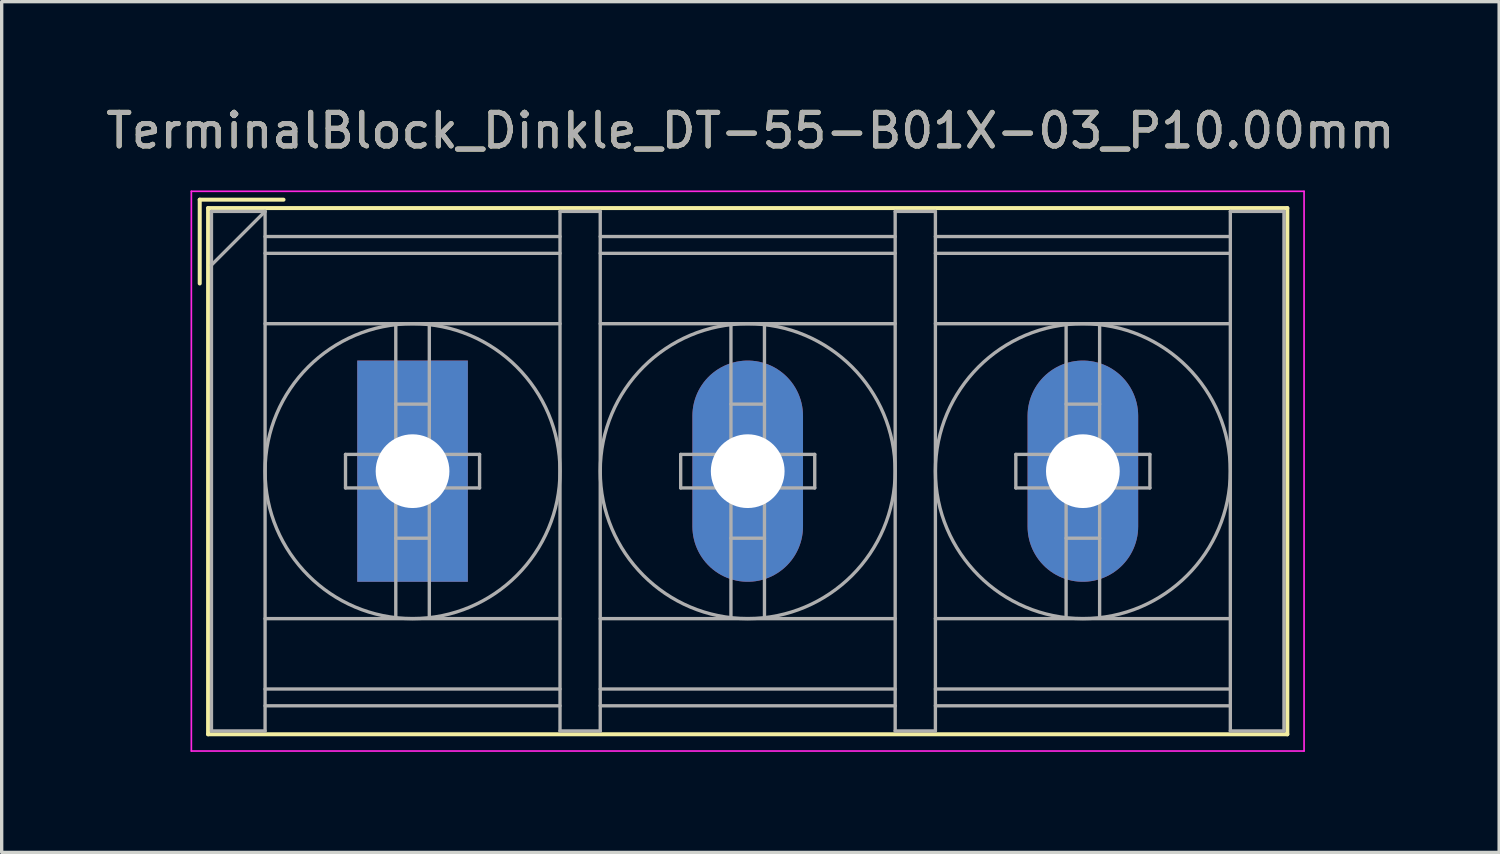
<source format=kicad_pcb>
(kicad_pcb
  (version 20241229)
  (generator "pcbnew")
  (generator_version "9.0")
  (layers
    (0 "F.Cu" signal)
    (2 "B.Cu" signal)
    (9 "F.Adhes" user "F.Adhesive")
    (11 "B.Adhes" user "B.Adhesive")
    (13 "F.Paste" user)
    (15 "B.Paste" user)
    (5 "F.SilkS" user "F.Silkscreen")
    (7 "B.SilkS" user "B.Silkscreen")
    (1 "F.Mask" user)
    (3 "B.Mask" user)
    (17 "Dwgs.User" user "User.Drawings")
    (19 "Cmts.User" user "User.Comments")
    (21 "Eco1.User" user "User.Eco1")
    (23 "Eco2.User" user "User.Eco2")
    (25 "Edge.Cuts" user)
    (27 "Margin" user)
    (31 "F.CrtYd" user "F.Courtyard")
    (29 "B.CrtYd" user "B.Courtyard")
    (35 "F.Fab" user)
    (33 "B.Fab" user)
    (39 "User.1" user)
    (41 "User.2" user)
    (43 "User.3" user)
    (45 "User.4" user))
  (footprint "TerminalBlock_Dinkle_DT-55-B01X-03_P10.00mm"
    (layer "F.Cu")
    (at 9.259 11.008)
    (property "Reference" "TerminalBlock_Dinkle_DT-55-B01X-03_P10.00mm" (at 10.08 -10.16 0) (layer "F.SilkS") (effects (font (size 1 1) (thickness 0.15))))
    (attr through_hole)
    (fp_line (start -6.35 -8.1) (end -3.85 -8.1) (stroke (width 0.12) (type solid)) (layer "F.SilkS"))
    (fp_line (start -6.35 -5.6) (end -6.35 -8.1) (stroke (width 0.12) (type solid)) (layer "F.SilkS"))
    (fp_line (start -6.1 -7.85) (end 26.1 -7.85) (stroke (width 0.12) (type solid)) (layer "F.SilkS"))
    (fp_line (start -6.1 7.85) (end -6.1 -7.85) (stroke (width 0.12) (type solid)) (layer "F.SilkS"))
    (fp_line (start -6.1 7.85) (end 26.1 7.85) (stroke (width 0.12) (type solid)) (layer "F.SilkS"))
    (fp_line (start 26.1 -7.85) (end 26.1 7.85) (stroke (width 0.12) (type solid)) (layer "F.SilkS"))
    (fp_line (start -6.6 -8.35) (end 26.6 -8.35) (stroke (width 0.05) (type solid)) (layer "F.CrtYd"))
    (fp_line (start -6.6 8.35) (end -6.6 -8.35) (stroke (width 0.05) (type solid)) (layer "F.CrtYd"))
    (fp_line (start -6.6 8.35) (end 26.6 8.35) (stroke (width 0.05) (type solid)) (layer "F.CrtYd"))
    (fp_line (start 26.6 -8.35) (end 26.6 8.35) (stroke (width 0.05) (type solid)) (layer "F.CrtYd"))
    (fp_line (start -6 -7.75) (end -6 7.75) (stroke (width 0.1) (type solid)) (layer "F.Fab"))
    (fp_line (start -6 -7.75) (end -4.4 -7.75) (stroke (width 0.1) (type solid)) (layer "F.Fab"))
    (fp_line (start -6 7.75) (end -4.4 7.75) (stroke (width 0.1) (type solid)) (layer "F.Fab"))
    (fp_line (start -4.4 -7.75) (end -6 -6.15) (stroke (width 0.1) (type solid)) (layer "F.Fab"))
    (fp_line (start -4.4 -7.75) (end -4.4 7.75) (stroke (width 0.1) (type solid)) (layer "F.Fab"))
    (fp_line (start -4.4 -7) (end 4.4 -7) (stroke (width 0.1) (type solid)) (layer "F.Fab"))
    (fp_line (start -4.4 -6.5) (end 4.4 -6.5) (stroke (width 0.1) (type solid)) (layer "F.Fab"))
    (fp_line (start -4.4 -4.4) (end 4.4 -4.4) (stroke (width 0.1) (type solid)) (layer "F.Fab"))
    (fp_line (start -4.4 4.4) (end 4.4 4.4) (stroke (width 0.1) (type solid)) (layer "F.Fab"))
    (fp_line (start -4.4 6.5) (end 4.4 6.5) (stroke (width 0.1) (type solid)) (layer "F.Fab"))
    (fp_line (start -4.4 7) (end 4.4 7) (stroke (width 0.1) (type solid)) (layer "F.Fab"))
    (fp_line (start -2 -0.5) (end -2 0.5) (stroke (width 0.1) (type solid)) (layer "F.Fab"))
    (fp_line (start -2 0.5) (end -0.5 0.5) (stroke (width 0.1) (type solid)) (layer "F.Fab"))
    (fp_line (start -0.5 -4.35) (end -0.5 -0.5) (stroke (width 0.1) (type solid)) (layer "F.Fab"))
    (fp_line (start -0.5 -2) (end 0.5 -2) (stroke (width 0.1) (type solid)) (layer "F.Fab"))
    (fp_line (start -0.5 -0.5) (end -2 -0.5) (stroke (width 0.1) (type solid)) (layer "F.Fab"))
    (fp_line (start -0.5 0.5) (end -0.5 4.35) (stroke (width 0.1) (type solid)) (layer "F.Fab"))
    (fp_line (start -0.5 2) (end 0.5 2) (stroke (width 0.1) (type solid)) (layer "F.Fab"))
    (fp_line (start 0.5 -4.35) (end 0.5 -0.5) (stroke (width 0.1) (type solid)) (layer "F.Fab"))
    (fp_line (start 0.5 -0.5) (end 2 -0.5) (stroke (width 0.1) (type solid)) (layer "F.Fab"))
    (fp_line (start 0.5 0.5) (end 0.5 4.35) (stroke (width 0.1) (type solid)) (layer "F.Fab"))
    (fp_line (start 2 -0.5) (end 2 0.5) (stroke (width 0.1) (type solid)) (layer "F.Fab"))
    (fp_line (start 2 0.5) (end 0.5 0.5) (stroke (width 0.1) (type solid)) (layer "F.Fab"))
    (fp_line (start 4.4 -7.75) (end 4.4 7.75) (stroke (width 0.1) (type solid)) (layer "F.Fab"))
    (fp_line (start 4.4 -7.75) (end 5.6 -7.75) (stroke (width 0.1) (type solid)) (layer "F.Fab"))
    (fp_line (start 4.4 7.75) (end 5.6 7.75) (stroke (width 0.1) (type solid)) (layer "F.Fab"))
    (fp_line (start 5.6 -7.75) (end 5.6 7.75) (stroke (width 0.1) (type solid)) (layer "F.Fab"))
    (fp_line (start 5.6 -7) (end 14.4 -7) (stroke (width 0.1) (type solid)) (layer "F.Fab"))
    (fp_line (start 5.6 -6.5) (end 14.4 -6.5) (stroke (width 0.1) (type solid)) (layer "F.Fab"))
    (fp_line (start 5.6 -4.4) (end 14.4 -4.4) (stroke (width 0.1) (type solid)) (layer "F.Fab"))
    (fp_line (start 5.6 4.4) (end 14.4 4.4) (stroke (width 0.1) (type solid)) (layer "F.Fab"))
    (fp_line (start 5.6 6.5) (end 14.4 6.5) (stroke (width 0.1) (type solid)) (layer "F.Fab"))
    (fp_line (start 5.6 7) (end 14.4 7) (stroke (width 0.1) (type solid)) (layer "F.Fab"))
    (fp_line (start 8 -0.5) (end 8 0.5) (stroke (width 0.1) (type solid)) (layer "F.Fab"))
    (fp_line (start 8 0.5) (end 9.5 0.5) (stroke (width 0.1) (type solid)) (layer "F.Fab"))
    (fp_line (start 9.5 -4.35) (end 9.5 -0.5) (stroke (width 0.1) (type solid)) (layer "F.Fab"))
    (fp_line (start 9.5 -2) (end 10.5 -2) (stroke (width 0.1) (type solid)) (layer "F.Fab"))
    (fp_line (start 9.5 -0.5) (end 8 -0.5) (stroke (width 0.1) (type solid)) (layer "F.Fab"))
    (fp_line (start 9.5 0.5) (end 9.5 4.35) (stroke (width 0.1) (type solid)) (layer "F.Fab"))
    (fp_line (start 9.5 2) (end 10.5 2) (stroke (width 0.1) (type solid)) (layer "F.Fab"))
    (fp_line (start 10.5 -4.35) (end 10.5 -0.5) (stroke (width 0.1) (type solid)) (layer "F.Fab"))
    (fp_line (start 10.5 -0.5) (end 12 -0.5) (stroke (width 0.1) (type solid)) (layer "F.Fab"))
    (fp_line (start 10.5 0.5) (end 10.5 4.35) (stroke (width 0.1) (type solid)) (layer "F.Fab"))
    (fp_line (start 12 -0.5) (end 12 0.5) (stroke (width 0.1) (type solid)) (layer "F.Fab"))
    (fp_line (start 12 0.5) (end 10.5 0.5) (stroke (width 0.1) (type solid)) (layer "F.Fab"))
    (fp_line (start 14.4 -7.75) (end 14.4 7.75) (stroke (width 0.1) (type solid)) (layer "F.Fab"))
    (fp_line (start 14.4 -7.75) (end 15.6 -7.75) (stroke (width 0.1) (type solid)) (layer "F.Fab"))
    (fp_line (start 14.4 7.75) (end 15.6 7.75) (stroke (width 0.1) (type solid)) (layer "F.Fab"))
    (fp_line (start 15.6 -7.75) (end 15.6 7.75) (stroke (width 0.1) (type solid)) (layer "F.Fab"))
    (fp_line (start 15.6 -7) (end 24.4 -7) (stroke (width 0.1) (type solid)) (layer "F.Fab"))
    (fp_line (start 15.6 -6.5) (end 24.4 -6.5) (stroke (width 0.1) (type solid)) (layer "F.Fab"))
    (fp_line (start 15.6 -4.4) (end 24.4 -4.4) (stroke (width 0.1) (type solid)) (layer "F.Fab"))
    (fp_line (start 15.6 4.4) (end 24.4 4.4) (stroke (width 0.1) (type solid)) (layer "F.Fab"))
    (fp_line (start 15.6 6.5) (end 24.4 6.5) (stroke (width 0.1) (type solid)) (layer "F.Fab"))
    (fp_line (start 15.6 7) (end 24.4 7) (stroke (width 0.1) (type solid)) (layer "F.Fab"))
    (fp_line (start 18 -0.5) (end 18 0.5) (stroke (width 0.1) (type solid)) (layer "F.Fab"))
    (fp_line (start 18 0.5) (end 19.5 0.5) (stroke (width 0.1) (type solid)) (layer "F.Fab"))
    (fp_line (start 19.5 -4.35) (end 19.5 -0.5) (stroke (width 0.1) (type solid)) (layer "F.Fab"))
    (fp_line (start 19.5 -2) (end 20.5 -2) (stroke (width 0.1) (type solid)) (layer "F.Fab"))
    (fp_line (start 19.5 -0.5) (end 18 -0.5) (stroke (width 0.1) (type solid)) (layer "F.Fab"))
    (fp_line (start 19.5 0.5) (end 19.5 4.35) (stroke (width 0.1) (type solid)) (layer "F.Fab"))
    (fp_line (start 19.5 2) (end 20.5 2) (stroke (width 0.1) (type solid)) (layer "F.Fab"))
    (fp_line (start 20.5 -4.35) (end 20.5 -0.5) (stroke (width 0.1) (type solid)) (layer "F.Fab"))
    (fp_line (start 20.5 -0.5) (end 22 -0.5) (stroke (width 0.1) (type solid)) (layer "F.Fab"))
    (fp_line (start 20.5 0.5) (end 20.5 4.35) (stroke (width 0.1) (type solid)) (layer "F.Fab"))
    (fp_line (start 22 -0.5) (end 22 0.5) (stroke (width 0.1) (type solid)) (layer "F.Fab"))
    (fp_line (start 22 0.5) (end 20.5 0.5) (stroke (width 0.1) (type solid)) (layer "F.Fab"))
    (fp_line (start 24.4 -7.75) (end 24.4 7.75) (stroke (width 0.1) (type solid)) (layer "F.Fab"))
    (fp_line (start 24.4 -7.75) (end 26 -7.75) (stroke (width 0.1) (type solid)) (layer "F.Fab"))
    (fp_line (start 24.4 7.75) (end 26 7.75) (stroke (width 0.1) (type solid)) (layer "F.Fab"))
    (fp_line (start 26 -7.75) (end 26 7.75) (stroke (width 0.1) (type solid)) (layer "F.Fab"))
    (fp_circle (center 0 0) (end 0.5 0.5) (stroke (width 0.1) (type solid)) (fill no) (layer "F.Fab"))
    (fp_circle (center 0 0) (end 4.4 0) (stroke (width 0.1) (type solid)) (fill no) (layer "F.Fab"))
    (fp_circle (center 10 0) (end 10.5 0.5) (stroke (width 0.1) (type solid)) (fill no) (layer "F.Fab"))
    (fp_circle (center 10 0) (end 14.4 0) (stroke (width 0.1) (type solid)) (fill no) (layer "F.Fab"))
    (fp_circle (center 20 0) (end 20.5 0.5) (stroke (width 0.1) (type solid)) (fill no) (layer "F.Fab"))
    (fp_circle (center 20 0) (end 24.4 0) (stroke (width 0.1) (type solid)) (fill no) (layer "F.Fab"))
    (fp_text user "${REFERENCE}" (at 10.08 -10.16 0) (layer "F.Fab") (effects (font (size 1 1) (thickness 0.15))))
    (pad "1" thru_hole rect (at 0 0) (size 3.3 6.6) (drill 2.2) (layers "*.Cu" "*.Mask"))
    (pad "2" thru_hole oval (at 10 0) (size 3.3 6.6) (drill 2.2) (layers "*.Cu" "*.Mask"))
    (pad "3" thru_hole oval (at 20 0) (size 3.3 6.6) (drill 2.2) (layers "*.Cu" "*.Mask")))
  (gr_rect
    (start -3 -3)
    (end 41.679 22.383)
    (stroke (width 0.1) (type default))
    (fill no)
    (layer "Edge.Cuts")))
</source>
